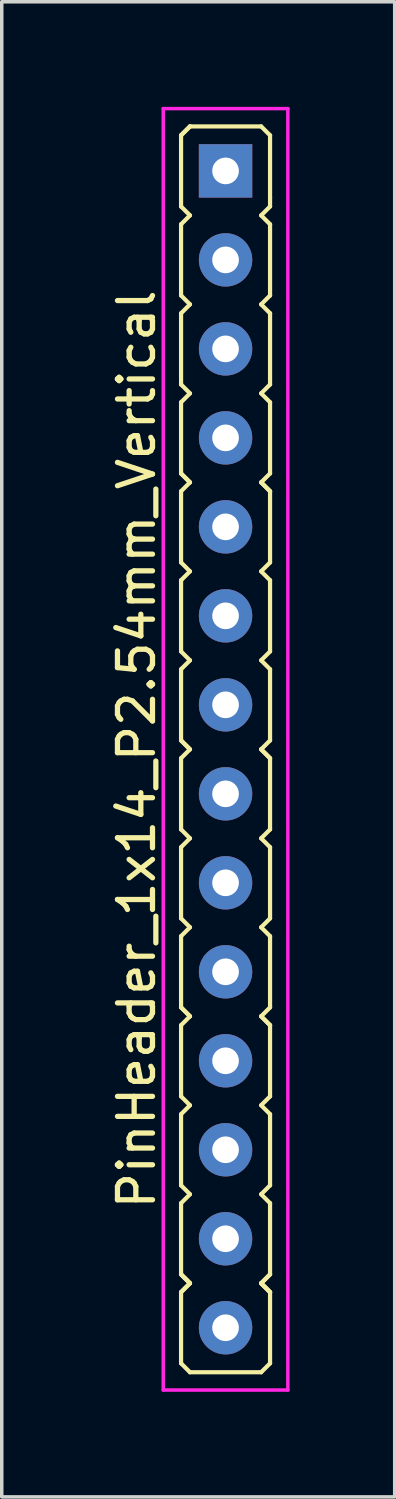
<source format=kicad_pcb>
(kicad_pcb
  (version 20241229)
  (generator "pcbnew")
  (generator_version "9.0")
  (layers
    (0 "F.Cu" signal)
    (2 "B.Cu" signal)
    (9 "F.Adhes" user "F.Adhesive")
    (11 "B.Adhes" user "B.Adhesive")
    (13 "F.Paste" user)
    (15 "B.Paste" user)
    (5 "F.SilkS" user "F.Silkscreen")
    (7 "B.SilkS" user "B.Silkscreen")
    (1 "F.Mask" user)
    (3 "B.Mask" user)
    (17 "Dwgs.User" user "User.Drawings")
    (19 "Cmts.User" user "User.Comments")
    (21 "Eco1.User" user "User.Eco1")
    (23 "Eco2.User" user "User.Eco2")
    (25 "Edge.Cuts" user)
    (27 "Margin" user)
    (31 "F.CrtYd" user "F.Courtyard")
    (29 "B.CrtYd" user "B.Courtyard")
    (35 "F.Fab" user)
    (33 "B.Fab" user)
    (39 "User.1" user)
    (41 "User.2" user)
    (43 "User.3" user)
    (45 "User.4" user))
  (footprint "PinHeader_1x14_P2.54mm_Vertical"
    (layer "F.Cu")
    (at 3.388 18.338)
    (property "Reference" "PinHeader_1x14_P2.54mm_Vertical" (at -2.54 0 90) (layer "F.SilkS") (effects (font (size 1 1) (thickness 0.15))))
    (attr through_hole)
    (fp_line (start -1.27 -17.526) (end -1.016 -17.78) (stroke (width 0.12) (type solid)) (layer "F.SilkS"))
    (fp_line (start -1.27 -17.526) (end -1.016 -17.78) (stroke (width 0.12) (type solid)) (layer "F.SilkS"))
    (fp_line (start -1.27 -15.494) (end -1.27 -17.526) (stroke (width 0.12) (type solid)) (layer "F.SilkS"))
    (fp_line (start -1.27 -14.986) (end -1.016 -15.24) (stroke (width 0.12) (type solid)) (layer "F.SilkS"))
    (fp_line (start -1.27 -12.954) (end -1.27 -14.986) (stroke (width 0.12) (type solid)) (layer "F.SilkS"))
    (fp_line (start -1.27 -12.446) (end -1.016 -12.7) (stroke (width 0.12) (type solid)) (layer "F.SilkS"))
    (fp_line (start -1.27 -10.414) (end -1.27 -12.446) (stroke (width 0.12) (type solid)) (layer "F.SilkS"))
    (fp_line (start -1.27 -9.906) (end -1.016 -10.16) (stroke (width 0.12) (type solid)) (layer "F.SilkS"))
    (fp_line (start -1.27 -7.874) (end -1.27 -9.906) (stroke (width 0.12) (type solid)) (layer "F.SilkS"))
    (fp_line (start -1.27 -7.366) (end -1.016 -7.62) (stroke (width 0.12) (type solid)) (layer "F.SilkS"))
    (fp_line (start -1.27 -5.334) (end -1.27 -7.366) (stroke (width 0.12) (type solid)) (layer "F.SilkS"))
    (fp_line (start -1.27 -4.826) (end -1.016 -5.08) (stroke (width 0.12) (type solid)) (layer "F.SilkS"))
    (fp_line (start -1.27 -2.794) (end -1.27 -4.826) (stroke (width 0.12) (type solid)) (layer "F.SilkS"))
    (fp_line (start -1.27 -2.286) (end -1.016 -2.54) (stroke (width 0.12) (type solid)) (layer "F.SilkS"))
    (fp_line (start -1.27 -0.254) (end -1.27 -2.286) (stroke (width 0.12) (type solid)) (layer "F.SilkS"))
    (fp_line (start -1.27 0.254) (end -1.016 0) (stroke (width 0.12) (type solid)) (layer "F.SilkS"))
    (fp_line (start -1.27 2.286) (end -1.27 0.254) (stroke (width 0.12) (type solid)) (layer "F.SilkS"))
    (fp_line (start -1.27 2.794) (end -1.016 2.54) (stroke (width 0.12) (type solid)) (layer "F.SilkS"))
    (fp_line (start -1.27 4.826) (end -1.27 2.794) (stroke (width 0.12) (type solid)) (layer "F.SilkS"))
    (fp_line (start -1.27 5.334) (end -1.016 5.08) (stroke (width 0.12) (type solid)) (layer "F.SilkS"))
    (fp_line (start -1.27 7.366) (end -1.27 5.334) (stroke (width 0.12) (type solid)) (layer "F.SilkS"))
    (fp_line (start -1.27 7.874) (end -1.016 7.62) (stroke (width 0.12) (type solid)) (layer "F.SilkS"))
    (fp_line (start -1.27 9.906) (end -1.27 7.874) (stroke (width 0.12) (type solid)) (layer "F.SilkS"))
    (fp_line (start -1.27 10.414) (end -1.016 10.16) (stroke (width 0.12) (type solid)) (layer "F.SilkS"))
    (fp_line (start -1.27 12.446) (end -1.27 10.414) (stroke (width 0.12) (type solid)) (layer "F.SilkS"))
    (fp_line (start -1.27 12.954) (end -1.016 12.7) (stroke (width 0.12) (type solid)) (layer "F.SilkS"))
    (fp_line (start -1.27 14.986) (end -1.27 12.954) (stroke (width 0.12) (type solid)) (layer "F.SilkS"))
    (fp_line (start -1.27 15.494) (end -1.016 15.24) (stroke (width 0.12) (type solid)) (layer "F.SilkS"))
    (fp_line (start -1.27 15.494) (end -1.016 15.24) (stroke (width 0.12) (type solid)) (layer "F.SilkS"))
    (fp_line (start -1.27 17.526) (end -1.27 15.494) (stroke (width 0.12) (type solid)) (layer "F.SilkS"))
    (fp_line (start -1.016 -15.24) (end -1.27 -15.494) (stroke (width 0.12) (type solid)) (layer "F.SilkS"))
    (fp_line (start -1.016 -12.7) (end -1.27 -12.954) (stroke (width 0.12) (type solid)) (layer "F.SilkS"))
    (fp_line (start -1.016 -10.16) (end -1.27 -10.414) (stroke (width 0.12) (type solid)) (layer "F.SilkS"))
    (fp_line (start -1.016 -7.62) (end -1.27 -7.874) (stroke (width 0.12) (type solid)) (layer "F.SilkS"))
    (fp_line (start -1.016 -7.62) (end -1.27 -7.874) (stroke (width 0.12) (type solid)) (layer "F.SilkS"))
    (fp_line (start -1.016 -5.08) (end -1.27 -5.334) (stroke (width 0.12) (type solid)) (layer "F.SilkS"))
    (fp_line (start -1.016 -2.54) (end -1.27 -2.794) (stroke (width 0.12) (type solid)) (layer "F.SilkS"))
    (fp_line (start -1.016 0) (end -1.27 -0.254) (stroke (width 0.12) (type solid)) (layer "F.SilkS"))
    (fp_line (start -1.016 0) (end -1.27 -0.254) (stroke (width 0.12) (type solid)) (layer "F.SilkS"))
    (fp_line (start -1.016 2.54) (end -1.27 2.286) (stroke (width 0.12) (type solid)) (layer "F.SilkS"))
    (fp_line (start -1.016 5.08) (end -1.27 4.826) (stroke (width 0.12) (type solid)) (layer "F.SilkS"))
    (fp_line (start -1.016 7.62) (end -1.27 7.366) (stroke (width 0.12) (type solid)) (layer "F.SilkS"))
    (fp_line (start -1.016 7.62) (end -1.27 7.366) (stroke (width 0.12) (type solid)) (layer "F.SilkS"))
    (fp_line (start -1.016 10.16) (end -1.27 9.906) (stroke (width 0.12) (type solid)) (layer "F.SilkS"))
    (fp_line (start -1.016 12.7) (end -1.27 12.446) (stroke (width 0.12) (type solid)) (layer "F.SilkS"))
    (fp_line (start -1.016 15.24) (end -1.27 14.986) (stroke (width 0.12) (type solid)) (layer "F.SilkS"))
    (fp_line (start -1.016 15.24) (end -1.27 14.986) (stroke (width 0.12) (type solid)) (layer "F.SilkS"))
    (fp_line (start -1.016 15.24) (end -1.27 14.986) (stroke (width 0.12) (type solid)) (layer "F.SilkS"))
    (fp_line (start -1.016 17.78) (end -1.27 17.526) (stroke (width 0.12) (type solid)) (layer "F.SilkS"))
    (fp_line (start -1.016 17.78) (end 1.016 17.78) (stroke (width 0.12) (type solid)) (layer "F.SilkS"))
    (fp_line (start 1.016 -17.78) (end -1.016 -17.78) (stroke (width 0.12) (type solid)) (layer "F.SilkS"))
    (fp_line (start 1.016 -15.24) (end 1.27 -14.986) (stroke (width 0.12) (type solid)) (layer "F.SilkS"))
    (fp_line (start 1.016 -12.7) (end 1.27 -12.446) (stroke (width 0.12) (type solid)) (layer "F.SilkS"))
    (fp_line (start 1.016 -10.16) (end 1.27 -9.906) (stroke (width 0.12) (type solid)) (layer "F.SilkS"))
    (fp_line (start 1.016 -7.62) (end 1.27 -7.366) (stroke (width 0.12) (type solid)) (layer "F.SilkS"))
    (fp_line (start 1.016 -7.62) (end 1.27 -7.366) (stroke (width 0.12) (type solid)) (layer "F.SilkS"))
    (fp_line (start 1.016 -5.08) (end 1.27 -4.826) (stroke (width 0.12) (type solid)) (layer "F.SilkS"))
    (fp_line (start 1.016 -2.54) (end 1.27 -2.286) (stroke (width 0.12) (type solid)) (layer "F.SilkS"))
    (fp_line (start 1.016 0) (end 1.27 0.254) (stroke (width 0.12) (type solid)) (layer "F.SilkS"))
    (fp_line (start 1.016 0) (end 1.27 0.254) (stroke (width 0.12) (type solid)) (layer "F.SilkS"))
    (fp_line (start 1.016 2.54) (end 1.27 2.794) (stroke (width 0.12) (type solid)) (layer "F.SilkS"))
    (fp_line (start 1.016 5.08) (end 1.27 5.334) (stroke (width 0.12) (type solid)) (layer "F.SilkS"))
    (fp_line (start 1.016 7.62) (end 1.27 7.874) (stroke (width 0.12) (type solid)) (layer "F.SilkS"))
    (fp_line (start 1.016 7.62) (end 1.27 7.874) (stroke (width 0.12) (type solid)) (layer "F.SilkS"))
    (fp_line (start 1.016 10.16) (end 1.27 10.414) (stroke (width 0.12) (type solid)) (layer "F.SilkS"))
    (fp_line (start 1.016 12.7) (end 1.27 12.954) (stroke (width 0.12) (type solid)) (layer "F.SilkS"))
    (fp_line (start 1.016 15.24) (end 1.27 15.494) (stroke (width 0.12) (type solid)) (layer "F.SilkS"))
    (fp_line (start 1.016 15.24) (end 1.27 15.494) (stroke (width 0.12) (type solid)) (layer "F.SilkS"))
    (fp_line (start 1.016 15.24) (end 1.27 15.494) (stroke (width 0.12) (type solid)) (layer "F.SilkS"))
    (fp_line (start 1.27 -17.526) (end 1.016 -17.78) (stroke (width 0.12) (type solid)) (layer "F.SilkS"))
    (fp_line (start 1.27 -17.526) (end 1.27 -15.748) (stroke (width 0.12) (type solid)) (layer "F.SilkS"))
    (fp_line (start 1.27 -15.748) (end 1.27 -15.494) (stroke (width 0.12) (type solid)) (layer "F.SilkS"))
    (fp_line (start 1.27 -15.494) (end 1.016 -15.24) (stroke (width 0.12) (type solid)) (layer "F.SilkS"))
    (fp_line (start 1.27 -14.986) (end 1.27 -12.954) (stroke (width 0.12) (type solid)) (layer "F.SilkS"))
    (fp_line (start 1.27 -12.954) (end 1.016 -12.7) (stroke (width 0.12) (type solid)) (layer "F.SilkS"))
    (fp_line (start 1.27 -12.446) (end 1.27 -10.414) (stroke (width 0.12) (type solid)) (layer "F.SilkS"))
    (fp_line (start 1.27 -10.414) (end 1.016 -10.16) (stroke (width 0.12) (type solid)) (layer "F.SilkS"))
    (fp_line (start 1.27 -9.906) (end 1.27 -7.874) (stroke (width 0.12) (type solid)) (layer "F.SilkS"))
    (fp_line (start 1.27 -7.874) (end 1.016 -7.62) (stroke (width 0.12) (type solid)) (layer "F.SilkS"))
    (fp_line (start 1.27 -7.366) (end 1.27 -5.334) (stroke (width 0.12) (type solid)) (layer "F.SilkS"))
    (fp_line (start 1.27 -5.334) (end 1.016 -5.08) (stroke (width 0.12) (type solid)) (layer "F.SilkS"))
    (fp_line (start 1.27 -4.826) (end 1.27 -2.794) (stroke (width 0.12) (type solid)) (layer "F.SilkS"))
    (fp_line (start 1.27 -2.794) (end 1.016 -2.54) (stroke (width 0.12) (type solid)) (layer "F.SilkS"))
    (fp_line (start 1.27 -2.286) (end 1.27 -0.254) (stroke (width 0.12) (type solid)) (layer "F.SilkS"))
    (fp_line (start 1.27 -0.254) (end 1.016 0) (stroke (width 0.12) (type solid)) (layer "F.SilkS"))
    (fp_line (start 1.27 0.254) (end 1.27 2.286) (stroke (width 0.12) (type solid)) (layer "F.SilkS"))
    (fp_line (start 1.27 2.286) (end 1.016 2.54) (stroke (width 0.12) (type solid)) (layer "F.SilkS"))
    (fp_line (start 1.27 2.794) (end 1.27 4.826) (stroke (width 0.12) (type solid)) (layer "F.SilkS"))
    (fp_line (start 1.27 4.826) (end 1.016 5.08) (stroke (width 0.12) (type solid)) (layer "F.SilkS"))
    (fp_line (start 1.27 5.334) (end 1.27 7.366) (stroke (width 0.12) (type solid)) (layer "F.SilkS"))
    (fp_line (start 1.27 7.366) (end 1.016 7.62) (stroke (width 0.12) (type solid)) (layer "F.SilkS"))
    (fp_line (start 1.27 7.874) (end 1.27 9.906) (stroke (width 0.12) (type solid)) (layer "F.SilkS"))
    (fp_line (start 1.27 9.906) (end 1.016 10.16) (stroke (width 0.12) (type solid)) (layer "F.SilkS"))
    (fp_line (start 1.27 10.414) (end 1.27 12.446) (stroke (width 0.12) (type solid)) (layer "F.SilkS"))
    (fp_line (start 1.27 12.446) (end 1.016 12.7) (stroke (width 0.12) (type solid)) (layer "F.SilkS"))
    (fp_line (start 1.27 12.954) (end 1.27 14.986) (stroke (width 0.12) (type solid)) (layer "F.SilkS"))
    (fp_line (start 1.27 14.986) (end 1.016 15.24) (stroke (width 0.12) (type solid)) (layer "F.SilkS"))
    (fp_line (start 1.27 14.986) (end 1.016 15.24) (stroke (width 0.12) (type solid)) (layer "F.SilkS"))
    (fp_line (start 1.27 15.494) (end 1.27 17.526) (stroke (width 0.12) (type solid)) (layer "F.SilkS"))
    (fp_line (start 1.27 17.526) (end 1.016 17.78) (stroke (width 0.12) (type solid)) (layer "F.SilkS"))
    (fp_line (start -1.778 18.288) (end -1.778 -18.288) (stroke (width 0.1) (type solid)) (layer "F.CrtYd"))
    (fp_line (start -1.778 18.288) (end 1.778 18.288) (stroke (width 0.1) (type solid)) (layer "F.CrtYd"))
    (fp_line (start 1.778 -18.288) (end -1.778 -18.288) (stroke (width 0.1) (type solid)) (layer "F.CrtYd"))
    (fp_line (start 1.778 -18.288) (end 1.778 18.288) (stroke (width 0.1) (type solid)) (layer "F.CrtYd"))
    (pad "1" thru_hole rect (at 0 -16.51) (size 1.524 1.524) (drill 0.762) (layers "*.Cu" "*.Mask"))
    (pad "2" thru_hole oval (at 0 -13.97) (size 1.524 1.524) (drill 0.762) (layers "*.Cu" "*.Mask"))
    (pad "3" thru_hole oval (at 0 -11.43) (size 1.524 1.524) (drill 0.762) (layers "*.Cu" "*.Mask"))
    (pad "4" thru_hole oval (at 0 -8.89) (size 1.524 1.524) (drill 0.762) (layers "*.Cu" "*.Mask"))
    (pad "5" thru_hole oval (at 0 -6.35) (size 1.524 1.524) (drill 0.762) (layers "*.Cu" "*.Mask"))
    (pad "6" thru_hole oval (at 0 -3.81) (size 1.524 1.524) (drill 0.762) (layers "*.Cu" "*.Mask"))
    (pad "7" thru_hole oval (at 0 -1.27) (size 1.524 1.524) (drill 0.762) (layers "*.Cu" "*.Mask"))
    (pad "8" thru_hole oval (at 0 1.27) (size 1.524 1.524) (drill 0.762) (layers "*.Cu" "*.Mask"))
    (pad "9" thru_hole oval (at 0 3.81) (size 1.524 1.524) (drill 0.762) (layers "*.Cu" "*.Mask"))
    (pad "10" thru_hole oval (at 0 6.35) (size 1.524 1.524) (drill 0.762) (layers "*.Cu" "*.Mask"))
    (pad "11" thru_hole oval (at 0 8.89) (size 1.524 1.524) (drill 0.762) (layers "*.Cu" "*.Mask"))
    (pad "12" thru_hole oval (at 0 11.43) (size 1.524 1.524) (drill 0.762) (layers "*.Cu" "*.Mask"))
    (pad "13" thru_hole oval (at 0 13.97) (size 1.524 1.524) (drill 0.762) (layers "*.Cu" "*.Mask"))
    (pad "14" thru_hole oval (at 0 16.51) (size 1.524 1.524) (drill 0.762) (layers "*.Cu" "*.Mask")))
  (gr_rect
    (start -3 -3)
    (end 8.216 39.676)
    (stroke (width 0.1) (type default))
    (fill no)
    (layer "Edge.Cuts")))
</source>
